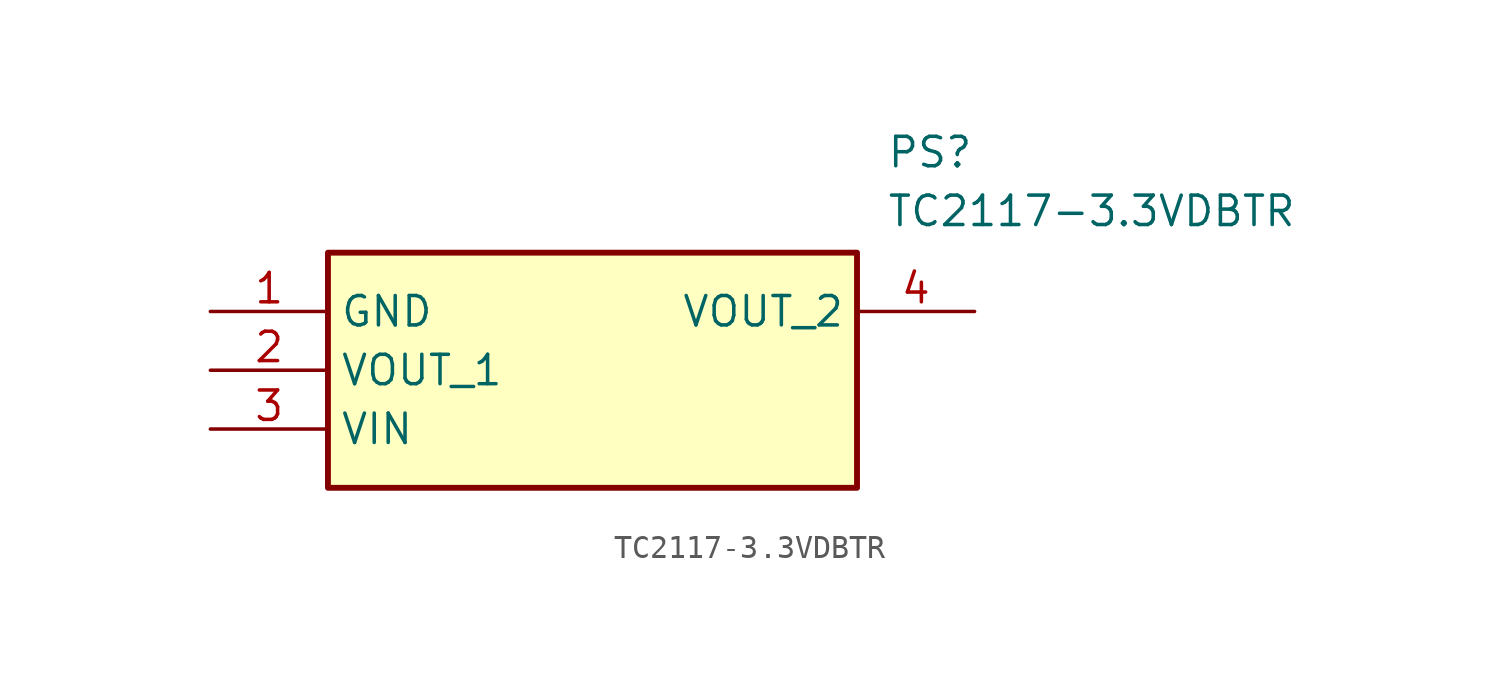
<source format=kicad_sym>
(kicad_symbol_lib
  (version 20211014)
  (generator SamacSys_ECAD_Model)
  (symbol "TC2117-3.3VDBTR"
    (property "Reference" "PS"
      (at 29.21 7.62 0)
      (effects (font (size 1.27 1.27)) (justify left top)))
    (property "Value" "TC2117-3.3VDBTR"
      (at 29.21 5.08 0)
      (effects (font (size 1.27 1.27)) (justify left top)))
    (rectangle
      (start 5.08 2.54)
      (end 27.94 -7.62)
      (stroke (width 0.254) (type default))
      (fill (type background)))
    (pin passive line
      (at 0 0 0)
      (length 5.08)
      (name "GND" (effects (font (size 1.27 1.27))))
      (number "1" (effects (font (size 1.27 1.27)))))
    (pin passive line
      (at 0 -2.54 0)
      (length 5.08)
      (name "VOUT_1" (effects (font (size 1.27 1.27))))
      (number "2" (effects (font (size 1.27 1.27)))))
    (pin passive line
      (at 0 -5.08 0)
      (length 5.08)
      (name "VIN" (effects (font (size 1.27 1.27))))
      (number "3" (effects (font (size 1.27 1.27)))))
    (pin passive line
      (at 33.02 0 180)
      (length 5.08)
      (name "VOUT_2" (effects (font (size 1.27 1.27))))
      (number "4" (effects (font (size 1.27 1.27)))))))
</source>
